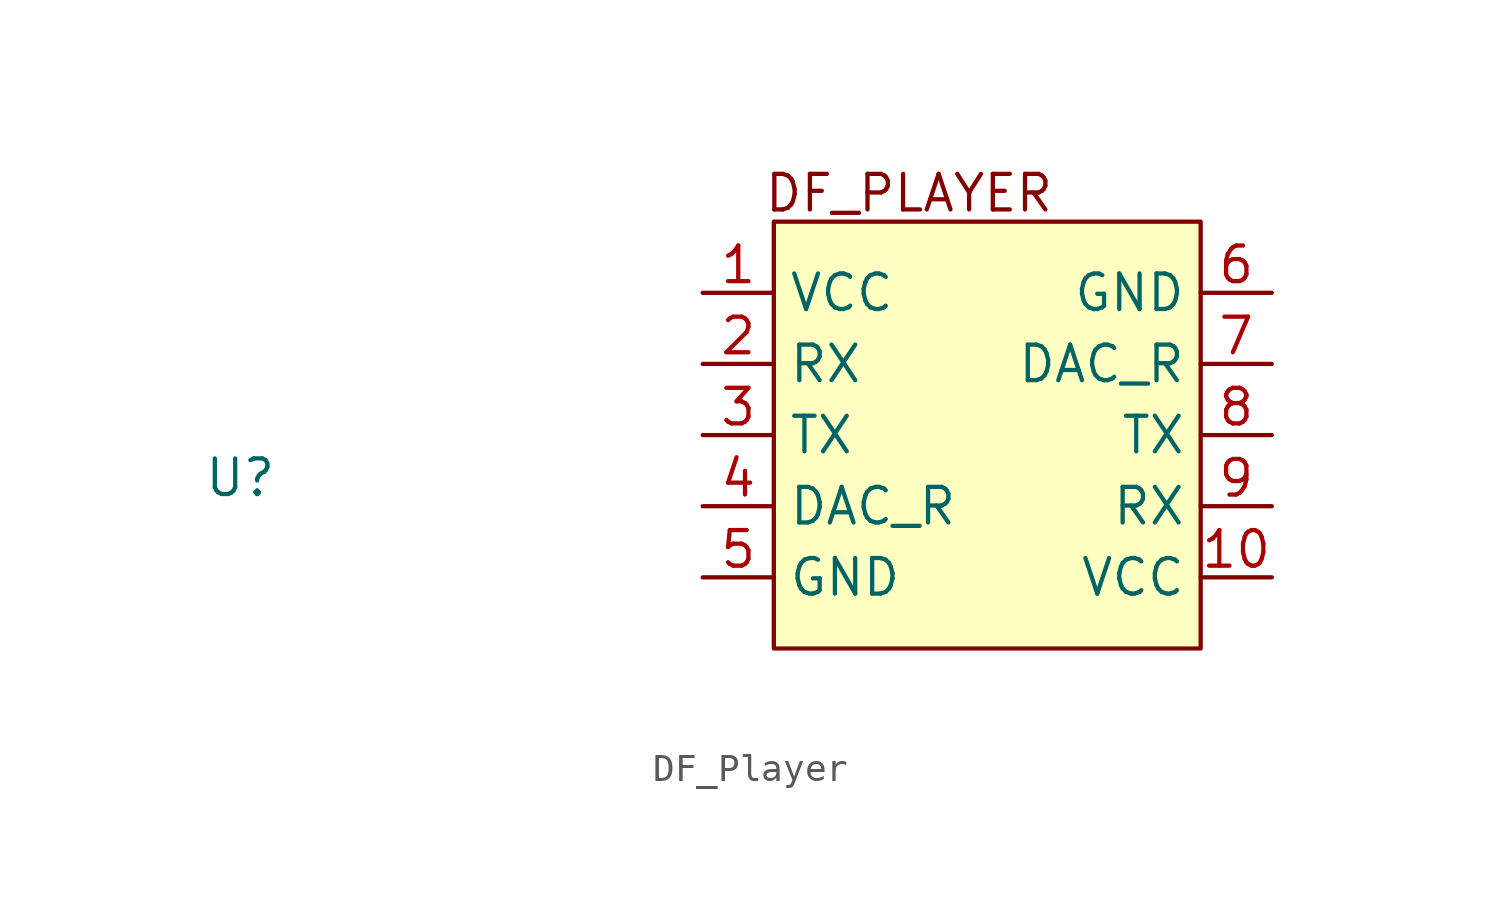
<source format=kicad_sym>
(kicad_symbol_lib
  (version 20231120)
  (generator "kicad_symbol_editor")
  (generator_version "8.0")
  (symbol "DF_Player"
    (property "Reference" "U"
      (at -6.35 7.366 0)
      (effects (font (size 1.27 1.27))))
    (property "Value" ""
      (at 0 0 0)
      (effects (font (size 1.27 1.27))))
    (symbol "DF_Player_1_1"
      (rectangle (start 12.7 16.51) (end 27.94 1.27) (stroke (width 0) (type default)) (fill (type background)))
      (text "DF_PLAYER" (at 17.526 17.526 0) (effects (font (size 1.27 1.27))))
      (pin input line (at 10.16 13.97 0) (length 2.54) (name "VCC" (effects (font (size 1.27 1.27)))) (number "1" (effects (font (size 1.27 1.27)))))
      (pin input line (at 30.48 3.81 180) (length 2.54) (name "VCC" (effects (font (size 1.27 1.27)))) (number "10" (effects (font (size 1.27 1.27)))))
      (pin input line (at 10.16 11.43 0) (length 2.54) (name "RX" (effects (font (size 1.27 1.27)))) (number "2" (effects (font (size 1.27 1.27)))))
      (pin input line (at 10.16 8.89 0) (length 2.54) (name "TX" (effects (font (size 1.27 1.27)))) (number "3" (effects (font (size 1.27 1.27)))))
      (pin input line (at 10.16 6.35 0) (length 2.54) (name "DAC_R" (effects (font (size 1.27 1.27)))) (number "4" (effects (font (size 1.27 1.27)))))
      (pin input line (at 10.16 3.81 0) (length 2.54) (name "GND" (effects (font (size 1.27 1.27)))) (number "5" (effects (font (size 1.27 1.27)))))
      (pin input line (at 30.48 13.97 180) (length 2.54) (name "GND" (effects (font (size 1.27 1.27)))) (number "6" (effects (font (size 1.27 1.27)))))
      (pin input line (at 30.48 11.43 180) (length 2.54) (name "DAC_R" (effects (font (size 1.27 1.27)))) (number "7" (effects (font (size 1.27 1.27)))))
      (pin input line (at 30.48 8.89 180) (length 2.54) (name "TX" (effects (font (size 1.27 1.27)))) (number "8" (effects (font (size 1.27 1.27)))))
      (pin input line (at 30.48 6.35 180) (length 2.54) (name "RX" (effects (font (size 1.27 1.27)))) (number "9" (effects (font (size 1.27 1.27))))))))
</source>
